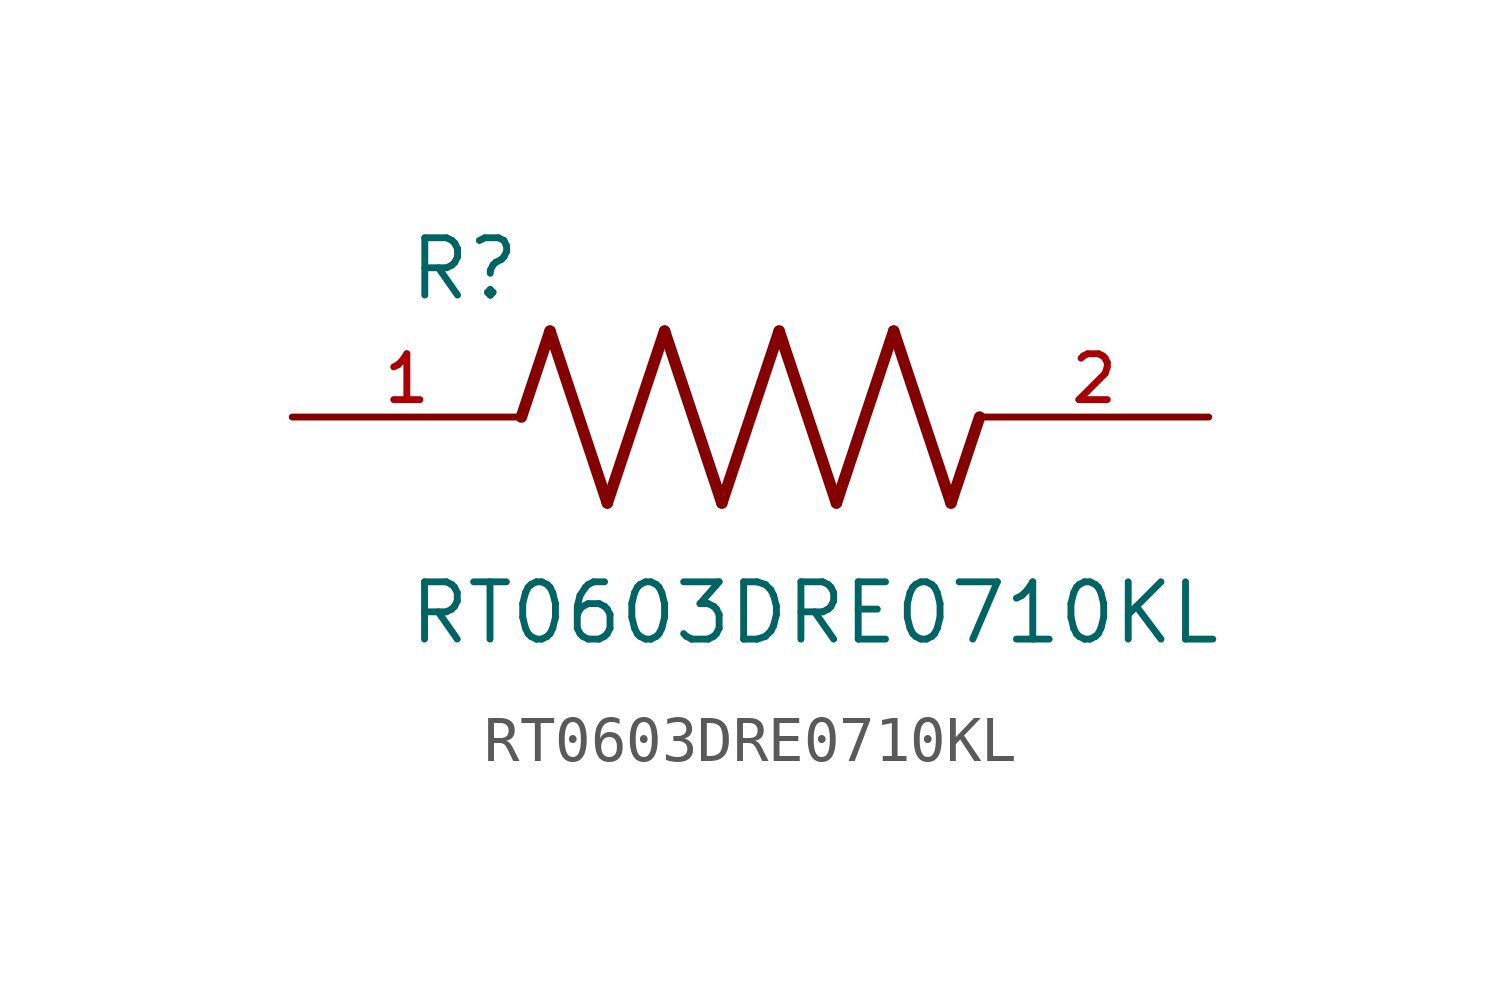
<source format=kicad_sym>
(kicad_symbol_lib
  (version 20211014)
  (generator kicad_symbol_editor)
  (symbol "RT0603DRE0710KL"
    (pin_names
      (offset 1.016))
    (property "Reference" "R"
      (at -7.624 2.541 0)
      (effects (font (size 1.27 1.27)) (justify bottom left)))
    (property "Value" "RT0603DRE0710KL"
      (at -7.63 -5.087 0)
      (effects (font (size 1.27 1.27)) (justify bottom left)))
    (symbol "RT0603DRE0710KL_0_0"
      (polyline (pts (xy -5.08 0.0) (xy -4.445 1.905)) (stroke (width 0.254)))
      (polyline (pts (xy -4.445 1.905) (xy -3.175 -1.905)) (stroke (width 0.254)))
      (polyline (pts (xy -3.175 -1.905) (xy -1.905 1.905)) (stroke (width 0.254)))
      (polyline (pts (xy -1.905 1.905) (xy -0.635 -1.905)) (stroke (width 0.254)))
      (polyline (pts (xy -0.635 -1.905) (xy 0.635 1.905)) (stroke (width 0.254)))
      (polyline (pts (xy 0.635 1.905) (xy 1.905 -1.905)) (stroke (width 0.254)))
      (polyline (pts (xy 1.905 -1.905) (xy 3.175 1.905)) (stroke (width 0.254)))
      (polyline (pts (xy 3.175 1.905) (xy 4.445 -1.905)) (stroke (width 0.254)))
      (polyline (pts (xy 4.445 -1.905) (xy 5.08 0.0)) (stroke (width 0.254)))
      (pin passive line (at -10.16 0.0 0) (length 5.08) (name "~" (effects (font (size 1.016 1.016)))) (number "1" (effects (font (size 1.016 1.016)))))
      (pin passive line (at 10.16 0.0 180.0) (length 5.08) (name "~" (effects (font (size 1.016 1.016)))) (number "2" (effects (font (size 1.016 1.016))))))))
</source>
